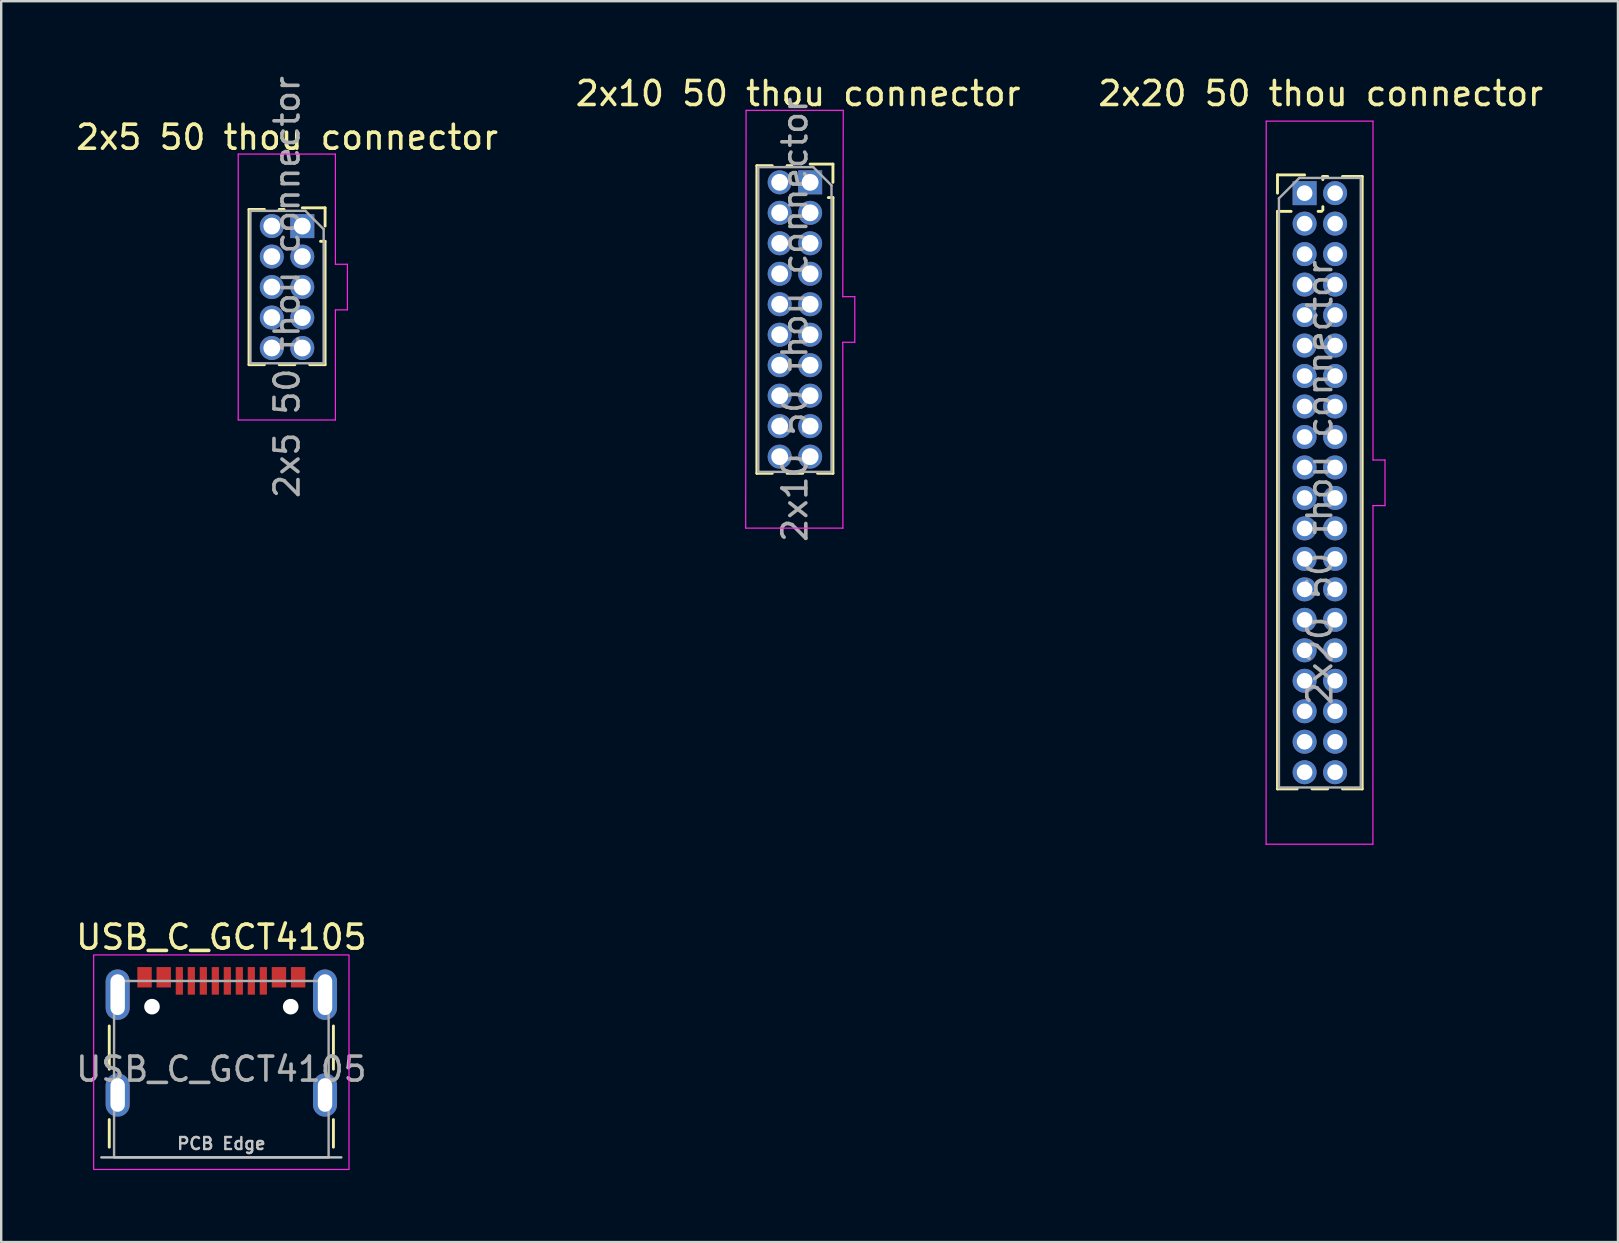
<source format=kicad_pcb>
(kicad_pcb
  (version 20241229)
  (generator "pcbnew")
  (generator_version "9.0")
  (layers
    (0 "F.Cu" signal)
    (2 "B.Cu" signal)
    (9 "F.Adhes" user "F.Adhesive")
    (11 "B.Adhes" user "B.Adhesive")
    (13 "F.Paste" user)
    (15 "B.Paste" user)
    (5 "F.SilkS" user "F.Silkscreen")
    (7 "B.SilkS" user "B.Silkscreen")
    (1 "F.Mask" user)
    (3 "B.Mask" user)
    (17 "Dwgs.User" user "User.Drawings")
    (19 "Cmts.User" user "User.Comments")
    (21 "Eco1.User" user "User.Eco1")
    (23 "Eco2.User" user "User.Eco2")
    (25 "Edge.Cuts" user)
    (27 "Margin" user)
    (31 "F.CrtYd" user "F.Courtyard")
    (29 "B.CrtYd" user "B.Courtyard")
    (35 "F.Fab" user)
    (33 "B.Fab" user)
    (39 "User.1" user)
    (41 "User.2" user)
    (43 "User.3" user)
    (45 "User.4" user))
  (footprint "2x10 50 thou connector"
    (layer "F.Cu")
    (at 30.708 4.548)
    (property "Reference" "2x10 50 thou connector" (at -0.5 -3.7 0) (layer "F.SilkS") (effects (font (size 1 1) (thickness 0.15))))
    (attr through_hole)
    (fp_line (start -2.22 -0.695) (end -2.22 12.125) (stroke (width 0.12) (type solid)) (layer "F.SilkS"))
    (fp_line (start -2.22 -0.695) (end -1.578 -0.695) (stroke (width 0.12) (type solid)) (layer "F.SilkS"))
    (fp_line (start -2.22 12.125) (end -1.578 12.125) (stroke (width 0.12) (type solid)) (layer "F.SilkS"))
    (fp_line (start -0.962 -0.695) (end -0.76 -0.695) (stroke (width 0.12) (type solid)) (layer "F.SilkS"))
    (fp_line (start -0.962 12.125) (end -0.308 12.125) (stroke (width 0.12) (type solid)) (layer "F.SilkS"))
    (fp_line (start 0 -0.76) (end 0.95 -0.76) (stroke (width 0.12) (type solid)) (layer "F.SilkS"))
    (fp_line (start 0.308 12.125) (end 0.95 12.125) (stroke (width 0.12) (type solid)) (layer "F.SilkS"))
    (fp_line (start 0.76 0.635) (end 0.95 0.635) (stroke (width 0.12) (type solid)) (layer "F.SilkS"))
    (fp_line (start 0.95 -0.76) (end 0.95 0) (stroke (width 0.12) (type solid)) (layer "F.SilkS"))
    (fp_line (start 0.95 0.635) (end 0.95 12.125) (stroke (width 0.12) (type solid)) (layer "F.SilkS"))
    (fp_line (start -2.685 14.41) (end -2.67 -3) (stroke (width 0.05) (type solid)) (layer "F.CrtYd"))
    (fp_line (start -2.67 -3) (end 1.38 -3) (stroke (width 0.05) (type solid)) (layer "F.CrtYd"))
    (fp_line (start 1.36 4.765) (end 1.86 4.765) (stroke (width 0.05) (type solid)) (layer "F.CrtYd"))
    (fp_line (start 1.36 6.665) (end 1.365 14.41) (stroke (width 0.05) (type solid)) (layer "F.CrtYd"))
    (fp_line (start 1.36 6.665) (end 1.86 6.665) (stroke (width 0.05) (type solid)) (layer "F.CrtYd"))
    (fp_line (start 1.365 14.41) (end -2.685 14.41) (stroke (width 0.05) (type solid)) (layer "F.CrtYd"))
    (fp_line (start 1.38 -3) (end 1.36 4.765) (stroke (width 0.05) (type solid)) (layer "F.CrtYd"))
    (fp_line (start 1.86 4.765) (end 1.86 6.665) (stroke (width 0.05) (type solid)) (layer "F.CrtYd"))
    (fp_line (start -2.16 -0.635) (end 0.128 -0.635) (stroke (width 0.1) (type solid)) (layer "F.Fab"))
    (fp_line (start -2.16 12.065) (end -2.16 -0.635) (stroke (width 0.1) (type solid)) (layer "F.Fab"))
    (fp_line (start 0.128 -0.635) (end 0.89 0.128) (stroke (width 0.1) (type solid)) (layer "F.Fab"))
    (fp_line (start 0.89 0.128) (end 0.89 12.065) (stroke (width 0.1) (type solid)) (layer "F.Fab"))
    (fp_line (start 0.89 12.065) (end -2.16 12.065) (stroke (width 0.1) (type solid)) (layer "F.Fab"))
    (fp_text user "${REFERENCE}" (at -0.635 5.715 90) (layer "F.Fab") (effects (font (size 1 1) (thickness 0.15))))
    (pad "1" thru_hole rect (at 0 0) (size 1 1) (drill 0.7) (layers "*.Cu" "*.Mask"))
    (pad "2" thru_hole oval (at -1.27 0) (size 1 1) (drill 0.7) (layers "*.Cu" "*.Mask"))
    (pad "3" thru_hole oval (at 0 1.27) (size 1 1) (drill 0.7) (layers "*.Cu" "*.Mask"))
    (pad "4" thru_hole oval (at -1.27 1.27) (size 1 1) (drill 0.7) (layers "*.Cu" "*.Mask"))
    (pad "5" thru_hole oval (at 0 2.54) (size 1 1) (drill 0.7) (layers "*.Cu" "*.Mask"))
    (pad "6" thru_hole oval (at -1.27 2.54) (size 1 1) (drill 0.7) (layers "*.Cu" "*.Mask"))
    (pad "7" thru_hole oval (at 0 3.81) (size 1 1) (drill 0.7) (layers "*.Cu" "*.Mask"))
    (pad "8" thru_hole oval (at -1.27 3.81) (size 1 1) (drill 0.7) (layers "*.Cu" "*.Mask"))
    (pad "9" thru_hole oval (at 0 5.08) (size 1 1) (drill 0.7) (layers "*.Cu" "*.Mask"))
    (pad "10" thru_hole oval (at -1.27 5.08) (size 1 1) (drill 0.7) (layers "*.Cu" "*.Mask"))
    (pad "11" thru_hole oval (at 0 6.35) (size 1 1) (drill 0.7) (layers "*.Cu" "*.Mask"))
    (pad "12" thru_hole oval (at -1.27 6.35) (size 1 1) (drill 0.7) (layers "*.Cu" "*.Mask"))
    (pad "13" thru_hole oval (at 0 7.62) (size 1 1) (drill 0.7) (layers "*.Cu" "*.Mask"))
    (pad "14" thru_hole oval (at -1.27 7.62) (size 1 1) (drill 0.7) (layers "*.Cu" "*.Mask"))
    (pad "15" thru_hole oval (at 0 8.89) (size 1 1) (drill 0.7) (layers "*.Cu" "*.Mask"))
    (pad "16" thru_hole oval (at -1.27 8.89) (size 1 1) (drill 0.7) (layers "*.Cu" "*.Mask"))
    (pad "17" thru_hole oval (at 0 10.16) (size 1 1) (drill 0.7) (layers "*.Cu" "*.Mask"))
    (pad "18" thru_hole oval (at -1.27 10.16) (size 1 1) (drill 0.7) (layers "*.Cu" "*.Mask"))
    (pad "19" thru_hole oval (at 0 11.43) (size 1 1) (drill 0.7) (layers "*.Cu" "*.Mask"))
    (pad "20" thru_hole oval (at -1.27 11.43) (size 1 1) (drill 0.7) (layers "*.Cu" "*.Mask")))
  (footprint "2x5 50 thou connector"
    (layer "F.Cu")
    (at 9.546 6.371)
    (property "Reference" "2x5 50 thou connector" (at -0.635 -3.7 180) (layer "F.SilkS") (effects (font (size 1 1) (thickness 0.15))))
    (attr through_hole)
    (fp_line (start -2.22 -0.695) (end -2.22 5.775) (stroke (width 0.12) (type solid)) (layer "F.SilkS"))
    (fp_line (start -2.22 -0.695) (end -1.578 -0.695) (stroke (width 0.12) (type solid)) (layer "F.SilkS"))
    (fp_line (start -2.22 5.775) (end -1.578 5.775) (stroke (width 0.12) (type solid)) (layer "F.SilkS"))
    (fp_line (start -0.962 -0.695) (end -0.76 -0.695) (stroke (width 0.12) (type solid)) (layer "F.SilkS"))
    (fp_line (start -0.962 5.775) (end -0.308 5.775) (stroke (width 0.12) (type solid)) (layer "F.SilkS"))
    (fp_line (start 0 -0.76) (end 0.95 -0.76) (stroke (width 0.12) (type solid)) (layer "F.SilkS"))
    (fp_line (start 0.308 5.775) (end 0.95 5.775) (stroke (width 0.12) (type solid)) (layer "F.SilkS"))
    (fp_line (start 0.76 0.635) (end 0.95 0.635) (stroke (width 0.12) (type solid)) (layer "F.SilkS"))
    (fp_line (start 0.95 -0.76) (end 0.95 0) (stroke (width 0.12) (type solid)) (layer "F.SilkS"))
    (fp_line (start 0.95 0.635) (end 0.95 5.775) (stroke (width 0.12) (type solid)) (layer "F.SilkS"))
    (fp_line (start -2.67 -3) (end 1.38 -3) (stroke (width 0.05) (type solid)) (layer "F.CrtYd"))
    (fp_line (start -2.67 8.08) (end -2.67 -3) (stroke (width 0.05) (type solid)) (layer "F.CrtYd"))
    (fp_line (start 1.38 -3) (end 1.38 1.59) (stroke (width 0.05) (type solid)) (layer "F.CrtYd"))
    (fp_line (start 1.38 1.59) (end 1.88 1.59) (stroke (width 0.05) (type solid)) (layer "F.CrtYd"))
    (fp_line (start 1.38 3.49) (end 1.38 8.08) (stroke (width 0.05) (type solid)) (layer "F.CrtYd"))
    (fp_line (start 1.38 3.49) (end 1.88 3.49) (stroke (width 0.05) (type solid)) (layer "F.CrtYd"))
    (fp_line (start 1.38 8.08) (end -2.67 8.08) (stroke (width 0.05) (type solid)) (layer "F.CrtYd"))
    (fp_line (start 1.88 1.59) (end 1.88 3.49) (stroke (width 0.05) (type solid)) (layer "F.CrtYd"))
    (fp_line (start -2.16 -0.635) (end 0.128 -0.635) (stroke (width 0.1) (type solid)) (layer "F.Fab"))
    (fp_line (start -2.16 5.715) (end -2.16 -0.635) (stroke (width 0.1) (type solid)) (layer "F.Fab"))
    (fp_line (start 0.128 -0.635) (end 0.89 0.128) (stroke (width 0.1) (type solid)) (layer "F.Fab"))
    (fp_line (start 0.89 0.128) (end 0.89 5.715) (stroke (width 0.1) (type solid)) (layer "F.Fab"))
    (fp_line (start 0.89 5.715) (end -2.16 5.715) (stroke (width 0.1) (type solid)) (layer "F.Fab"))
    (fp_text user "${REFERENCE}" (at -0.635 2.54 90) (layer "F.Fab") (effects (font (size 1 1) (thickness 0.15))))
    (pad "1" thru_hole rect (at 0 0) (size 1 1) (drill 0.7) (layers "*.Cu" "*.Mask"))
    (pad "2" thru_hole oval (at -1.27 0) (size 1 1) (drill 0.7) (layers "*.Cu" "*.Mask"))
    (pad "3" thru_hole oval (at 0 1.27) (size 1 1) (drill 0.7) (layers "*.Cu" "*.Mask"))
    (pad "4" thru_hole oval (at -1.27 1.27) (size 1 1) (drill 0.7) (layers "*.Cu" "*.Mask"))
    (pad "5" thru_hole oval (at 0 2.54) (size 1 1) (drill 0.7) (layers "*.Cu" "*.Mask"))
    (pad "6" thru_hole oval (at -1.27 2.54) (size 1 1) (drill 0.7) (layers "*.Cu" "*.Mask"))
    (pad "7" thru_hole oval (at 0 3.81) (size 1 1) (drill 0.7) (layers "*.Cu" "*.Mask"))
    (pad "8" thru_hole oval (at -1.27 3.81) (size 1 1) (drill 0.7) (layers "*.Cu" "*.Mask"))
    (pad "9" thru_hole oval (at 0 5.08) (size 1 1) (drill 0.7) (layers "*.Cu" "*.Mask"))
    (pad "10" thru_hole oval (at -1.27 5.08) (size 1 1) (drill 0.7) (layers "*.Cu" "*.Mask")))
  (footprint "USB_C_GCT4105"
    (layer "F.Cu")
    (at 6.173 41.502)
    (property "Reference" "USB_C_GCT4105" (at 0 -5.5 0) (unlocked yes) (layer "F.SilkS") (effects (font (size 1 1) (thickness 0.15))))
    (attr smd)
    (fp_line (start -4.67 0) (end -4.67 -1.8) (stroke (width 0.12) (type solid)) (layer "F.SilkS"))
    (fp_line (start -4.67 2.1) (end -4.67 3.25) (stroke (width 0.12) (type solid)) (layer "F.SilkS"))
    (fp_line (start 4.67 0) (end 4.67 -1.8) (stroke (width 0.12) (type solid)) (layer "F.SilkS"))
    (fp_line (start 4.67 2.1) (end 4.67 3.25) (stroke (width 0.12) (type solid)) (layer "F.SilkS"))
    (fp_line (start 5 3.675) (end -5 3.675) (stroke (width 0.1) (type solid)) (layer "Dwgs.User"))
    (fp_rect (start -5.32 -4.76) (end 5.32 4.18) (stroke (width 0.05) (type solid)) (fill no) (layer "F.CrtYd"))
    (fp_rect (start -4.47 -3.675) (end 4.47 3.675) (stroke (width 0.1) (type solid)) (fill no) (layer "F.Fab"))
    (fp_text user "PCB Edge" (at 0 3.1 0) (unlocked yes) (layer "Dwgs.User") (effects (font (size 0.5 0.5) (thickness 0.1))))
    (fp_text user "${REFERENCE}" (at 0 0 0) (unlocked yes) (layer "F.Fab") (effects (font (size 1 1) (thickness 0.15))))
    (pad "" np_thru_hole circle (at -2.89 -2.605) (size 0.65 0.65) (drill 0.65) (layers "*.Cu" "*.Mask"))
    (pad "" np_thru_hole circle (at 2.89 -2.605) (size 0.65 0.65) (drill 0.65) (layers "*.Cu" "*.Mask"))
    (pad "A1" smd rect (at -3.2 -3.83) (size 0.6 0.85) (layers "F.Cu" "F.Mask" "F.Paste"))
    (pad "A4" smd rect (at -2.4 -3.83) (size 0.6 0.85) (layers "F.Cu" "F.Mask" "F.Paste"))
    (pad "A5" smd rect (at -1.25 -3.68) (size 0.3 1.15) (layers "F.Cu" "F.Mask" "F.Paste"))
    (pad "A6" smd rect (at -0.25 -3.68) (size 0.3 1.15) (layers "F.Cu" "F.Mask" "F.Paste"))
    (pad "A7" smd rect (at 0.25 -3.68) (size 0.3 1.15) (layers "F.Cu" "F.Mask" "F.Paste"))
    (pad "A8" smd rect (at 1.25 -3.68) (size 0.3 1.15) (layers "F.Cu" "F.Mask" "F.Paste"))
    (pad "B1" smd rect (at 3.2 -3.83) (size 0.6 0.85) (layers "F.Cu" "F.Mask" "F.Paste"))
    (pad "B4" smd rect (at 2.4 -3.83) (size 0.6 0.85) (layers "F.Cu" "F.Mask" "F.Paste"))
    (pad "B5" smd rect (at 1.75 -3.68) (size 0.3 1.15) (layers "F.Cu" "F.Mask" "F.Paste"))
    (pad "B6" smd rect (at 0.75 -3.68) (size 0.3 1.15) (layers "F.Cu" "F.Mask" "F.Paste"))
    (pad "B7" smd rect (at -0.75 -3.68) (size 0.3 1.15) (layers "F.Cu" "F.Mask" "F.Paste"))
    (pad "B8" smd rect (at -1.75 -3.68) (size 0.3 1.15) (layers "F.Cu" "F.Mask" "F.Paste"))
    (pad "S1" thru_hole oval (at -4.32 -3.105) (size 1 2.1) (drill oval 0.6 1.7) (layers "*.Cu" "*.Mask"))
    (pad "S1" thru_hole oval (at -4.32 1.075) (size 1 1.8) (drill oval 0.6 1.4) (layers "*.Cu" "*.Mask"))
    (pad "S1" thru_hole oval (at 4.32 -3.105) (size 1 2.1) (drill oval 0.6 1.7) (layers "*.Cu" "*.Mask"))
    (pad "S1" thru_hole oval (at 4.32 1.075) (size 1 1.8) (drill oval 0.6 1.4) (layers "*.Cu" "*.Mask")))
  (footprint "2x20 50 thou connector"
    (layer "F.Cu")
    (at 51.312 4.998)
    (property "Reference" "2x20 50 thou connector" (at 0.67 -4.15 0) (layer "F.SilkS") (effects (font (size 1 1) (thickness 0.15))))
    (attr through_hole)
    (fp_line (start -1.13 -0.76) (end 0 -0.76) (stroke (width 0.12) (type solid)) (layer "F.SilkS"))
    (fp_line (start -1.13 0) (end -1.13 -0.76) (stroke (width 0.12) (type solid)) (layer "F.SilkS"))
    (fp_line (start -1.13 0.76) (end -1.13 24.825) (stroke (width 0.12) (type solid)) (layer "F.SilkS"))
    (fp_line (start -1.13 0.76) (end -0.563 0.76) (stroke (width 0.12) (type solid)) (layer "F.SilkS"))
    (fp_line (start -1.13 24.825) (end -0.308 24.825) (stroke (width 0.12) (type solid)) (layer "F.SilkS"))
    (fp_line (start 0.308 24.825) (end 0.962 24.825) (stroke (width 0.12) (type solid)) (layer "F.SilkS"))
    (fp_line (start 0.563 0.76) (end 0.707 0.76) (stroke (width 0.12) (type solid)) (layer "F.SilkS"))
    (fp_line (start 0.76 -0.695) (end 0.962 -0.695) (stroke (width 0.12) (type solid)) (layer "F.SilkS"))
    (fp_line (start 0.76 -0.563) (end 0.76 -0.695) (stroke (width 0.12) (type solid)) (layer "F.SilkS"))
    (fp_line (start 0.76 0.707) (end 0.76 0.563) (stroke (width 0.12) (type solid)) (layer "F.SilkS"))
    (fp_line (start 1.578 -0.695) (end 2.4 -0.695) (stroke (width 0.12) (type solid)) (layer "F.SilkS"))
    (fp_line (start 1.578 24.825) (end 2.4 24.825) (stroke (width 0.12) (type solid)) (layer "F.SilkS"))
    (fp_line (start 2.4 -0.695) (end 2.4 24.825) (stroke (width 0.12) (type solid)) (layer "F.SilkS"))
    (fp_line (start -1.605 27.13) (end 2.845 27.13) (stroke (width 0.05) (type solid)) (layer "F.CrtYd"))
    (fp_line (start -1.6 -3) (end -1.605 27.13) (stroke (width 0.05) (type solid)) (layer "F.CrtYd"))
    (fp_line (start 2.845 27.13) (end 2.85 13.02) (stroke (width 0.05) (type solid)) (layer "F.CrtYd"))
    (fp_line (start 2.85 -3) (end -1.6 -3) (stroke (width 0.05) (type solid)) (layer "F.CrtYd"))
    (fp_line (start 2.85 11.12) (end 2.85 -3) (stroke (width 0.05) (type solid)) (layer "F.CrtYd"))
    (fp_line (start 2.85 11.12) (end 3.35 11.12) (stroke (width 0.05) (type solid)) (layer "F.CrtYd"))
    (fp_line (start 2.85 13.02) (end 3.35 13.02) (stroke (width 0.05) (type solid)) (layer "F.CrtYd"))
    (fp_line (start 3.35 11.12) (end 3.35 13.02) (stroke (width 0.05) (type solid)) (layer "F.CrtYd"))
    (fp_line (start -1.07 0.217) (end -0.217 -0.635) (stroke (width 0.1) (type solid)) (layer "F.Fab"))
    (fp_line (start -1.07 24.765) (end -1.07 0.217) (stroke (width 0.1) (type solid)) (layer "F.Fab"))
    (fp_line (start -0.217 -0.635) (end 2.34 -0.635) (stroke (width 0.1) (type solid)) (layer "F.Fab"))
    (fp_line (start 2.34 -0.635) (end 2.34 24.765) (stroke (width 0.1) (type solid)) (layer "F.Fab"))
    (fp_line (start 2.34 24.765) (end -1.07 24.765) (stroke (width 0.1) (type solid)) (layer "F.Fab"))
    (fp_text user "${REFERENCE}" (at 0.635 12.065 90) (layer "F.Fab") (effects (font (size 1 1) (thickness 0.15))))
    (pad "1" thru_hole rect (at 0 0) (size 1 1) (drill 0.65) (layers "*.Cu" "*.Mask"))
    (pad "2" thru_hole oval (at 1.27 0) (size 1 1) (drill 0.65) (layers "*.Cu" "*.Mask"))
    (pad "3" thru_hole oval (at 0 1.27) (size 1 1) (drill 0.65) (layers "*.Cu" "*.Mask"))
    (pad "4" thru_hole oval (at 1.27 1.27) (size 1 1) (drill 0.65) (layers "*.Cu" "*.Mask"))
    (pad "5" thru_hole oval (at 0 2.54) (size 1 1) (drill 0.65) (layers "*.Cu" "*.Mask"))
    (pad "6" thru_hole oval (at 1.27 2.54) (size 1 1) (drill 0.65) (layers "*.Cu" "*.Mask"))
    (pad "7" thru_hole oval (at 0 3.81) (size 1 1) (drill 0.65) (layers "*.Cu" "*.Mask"))
    (pad "8" thru_hole oval (at 1.27 3.81) (size 1 1) (drill 0.65) (layers "*.Cu" "*.Mask"))
    (pad "9" thru_hole oval (at 0 5.08) (size 1 1) (drill 0.65) (layers "*.Cu" "*.Mask"))
    (pad "10" thru_hole oval (at 1.27 5.08) (size 1 1) (drill 0.65) (layers "*.Cu" "*.Mask"))
    (pad "11" thru_hole oval (at 0 6.35) (size 1 1) (drill 0.65) (layers "*.Cu" "*.Mask"))
    (pad "12" thru_hole oval (at 1.27 6.35) (size 1 1) (drill 0.65) (layers "*.Cu" "*.Mask"))
    (pad "13" thru_hole oval (at 0 7.62) (size 1 1) (drill 0.65) (layers "*.Cu" "*.Mask"))
    (pad "14" thru_hole oval (at 1.27 7.62) (size 1 1) (drill 0.65) (layers "*.Cu" "*.Mask"))
    (pad "15" thru_hole oval (at 0 8.89) (size 1 1) (drill 0.65) (layers "*.Cu" "*.Mask"))
    (pad "16" thru_hole oval (at 1.27 8.89) (size 1 1) (drill 0.65) (layers "*.Cu" "*.Mask"))
    (pad "17" thru_hole oval (at 0 10.16) (size 1 1) (drill 0.65) (layers "*.Cu" "*.Mask"))
    (pad "18" thru_hole oval (at 1.27 10.16) (size 1 1) (drill 0.65) (layers "*.Cu" "*.Mask"))
    (pad "19" thru_hole oval (at 0 11.43) (size 1 1) (drill 0.65) (layers "*.Cu" "*.Mask"))
    (pad "20" thru_hole oval (at 1.27 11.43) (size 1 1) (drill 0.65) (layers "*.Cu" "*.Mask"))
    (pad "21" thru_hole oval (at 0 12.7) (size 1 1) (drill 0.65) (layers "*.Cu" "*.Mask"))
    (pad "22" thru_hole oval (at 1.27 12.7) (size 1 1) (drill 0.65) (layers "*.Cu" "*.Mask"))
    (pad "23" thru_hole oval (at 0 13.97) (size 1 1) (drill 0.65) (layers "*.Cu" "*.Mask"))
    (pad "24" thru_hole oval (at 1.27 13.97) (size 1 1) (drill 0.65) (layers "*.Cu" "*.Mask"))
    (pad "25" thru_hole oval (at 0 15.24) (size 1 1) (drill 0.65) (layers "*.Cu" "*.Mask"))
    (pad "26" thru_hole oval (at 1.27 15.24) (size 1 1) (drill 0.65) (layers "*.Cu" "*.Mask"))
    (pad "27" thru_hole oval (at 0 16.51) (size 1 1) (drill 0.65) (layers "*.Cu" "*.Mask"))
    (pad "28" thru_hole oval (at 1.27 16.51) (size 1 1) (drill 0.65) (layers "*.Cu" "*.Mask"))
    (pad "29" thru_hole oval (at 0 17.78) (size 1 1) (drill 0.65) (layers "*.Cu" "*.Mask"))
    (pad "30" thru_hole oval (at 1.27 17.78) (size 1 1) (drill 0.65) (layers "*.Cu" "*.Mask"))
    (pad "31" thru_hole oval (at 0 19.05) (size 1 1) (drill 0.65) (layers "*.Cu" "*.Mask"))
    (pad "32" thru_hole oval (at 1.27 19.05) (size 1 1) (drill 0.65) (layers "*.Cu" "*.Mask"))
    (pad "33" thru_hole oval (at 0 20.32) (size 1 1) (drill 0.65) (layers "*.Cu" "*.Mask"))
    (pad "34" thru_hole oval (at 1.27 20.32) (size 1 1) (drill 0.65) (layers "*.Cu" "*.Mask"))
    (pad "35" thru_hole oval (at 0 21.59) (size 1 1) (drill 0.65) (layers "*.Cu" "*.Mask"))
    (pad "36" thru_hole oval (at 1.27 21.59) (size 1 1) (drill 0.65) (layers "*.Cu" "*.Mask"))
    (pad "37" thru_hole oval (at 0 22.86) (size 1 1) (drill 0.65) (layers "*.Cu" "*.Mask"))
    (pad "38" thru_hole oval (at 1.27 22.86) (size 1 1) (drill 0.65) (layers "*.Cu" "*.Mask"))
    (pad "39" thru_hole oval (at 0 24.13) (size 1 1) (drill 0.65) (layers "*.Cu" "*.Mask"))
    (pad "40" thru_hole oval (at 1.27 24.13) (size 1 1) (drill 0.65) (layers "*.Cu" "*.Mask")))
  (gr_rect
    (start -3 -3)
    (end 64.369 48.706)
    (stroke (width 0.1) (type default))
    (fill no)
    (layer "Edge.Cuts")))
</source>
